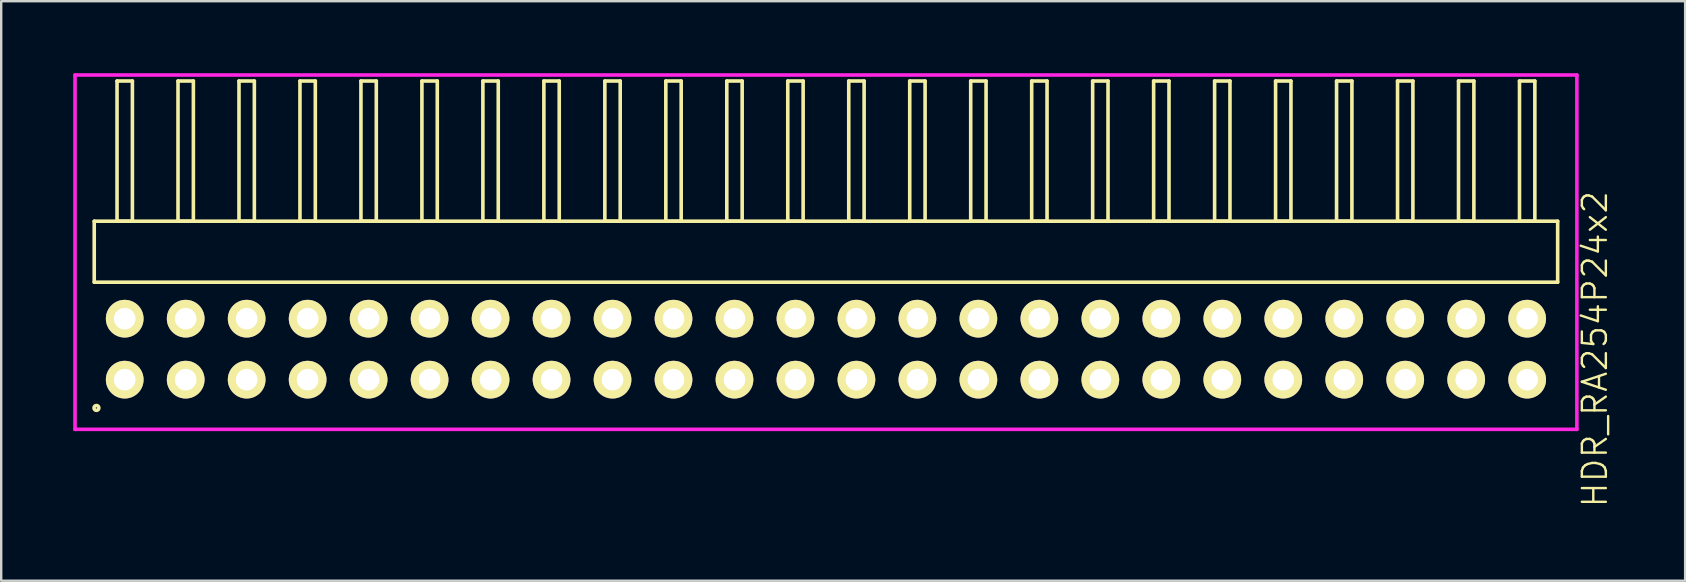
<source format=kicad_pcb>
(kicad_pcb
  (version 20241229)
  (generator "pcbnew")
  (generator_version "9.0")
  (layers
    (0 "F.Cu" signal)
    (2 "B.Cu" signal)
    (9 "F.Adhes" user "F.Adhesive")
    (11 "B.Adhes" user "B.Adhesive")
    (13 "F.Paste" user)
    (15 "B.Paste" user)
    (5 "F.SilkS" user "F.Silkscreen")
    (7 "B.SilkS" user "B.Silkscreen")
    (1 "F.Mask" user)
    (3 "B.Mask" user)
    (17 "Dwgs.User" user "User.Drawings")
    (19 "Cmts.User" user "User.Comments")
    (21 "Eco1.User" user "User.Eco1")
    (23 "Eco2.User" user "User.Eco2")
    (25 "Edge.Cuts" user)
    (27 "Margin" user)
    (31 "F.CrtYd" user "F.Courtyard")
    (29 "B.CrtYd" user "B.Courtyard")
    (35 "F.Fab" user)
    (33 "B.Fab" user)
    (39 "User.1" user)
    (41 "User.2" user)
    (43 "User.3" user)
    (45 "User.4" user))
  (footprint "HDR_RA254P24x2"
    (layer "F.Cu")
    (at 31.355 11.495)
    (property "Reference" "HDR_RA254P24x2" (at 32.03 0 90) (layer "F.SilkS") (effects (font (size 1 1) (thickness 0.1))))
    (attr through_hole)
    (fp_line (start -30.48 -5.33) (end -30.48 -2.79) (stroke (width 0.15) (type solid)) (layer "F.SilkS"))
    (fp_line (start -30.48 -2.79) (end 30.48 -2.79) (stroke (width 0.15) (type solid)) (layer "F.SilkS"))
    (fp_line (start -29.53 -11.17) (end -29.53 -5.33) (stroke (width 0.15) (type solid)) (layer "F.SilkS"))
    (fp_line (start -29.53 -5.33) (end -28.89 -5.33) (stroke (width 0.15) (type solid)) (layer "F.SilkS"))
    (fp_line (start -28.89 -11.17) (end -29.53 -11.17) (stroke (width 0.15) (type solid)) (layer "F.SilkS"))
    (fp_line (start -28.89 -5.33) (end -28.89 -11.17) (stroke (width 0.15) (type solid)) (layer "F.SilkS"))
    (fp_line (start -26.99 -11.17) (end -26.99 -5.33) (stroke (width 0.15) (type solid)) (layer "F.SilkS"))
    (fp_line (start -26.99 -5.33) (end -26.35 -5.33) (stroke (width 0.15) (type solid)) (layer "F.SilkS"))
    (fp_line (start -26.35 -11.17) (end -26.99 -11.17) (stroke (width 0.15) (type solid)) (layer "F.SilkS"))
    (fp_line (start -26.35 -5.33) (end -26.35 -11.17) (stroke (width 0.15) (type solid)) (layer "F.SilkS"))
    (fp_line (start -24.45 -11.17) (end -24.45 -5.33) (stroke (width 0.15) (type solid)) (layer "F.SilkS"))
    (fp_line (start -24.45 -5.33) (end -23.81 -5.33) (stroke (width 0.15) (type solid)) (layer "F.SilkS"))
    (fp_line (start -23.81 -11.17) (end -24.45 -11.17) (stroke (width 0.15) (type solid)) (layer "F.SilkS"))
    (fp_line (start -23.81 -5.33) (end -23.81 -11.17) (stroke (width 0.15) (type solid)) (layer "F.SilkS"))
    (fp_line (start -21.91 -11.17) (end -21.91 -5.33) (stroke (width 0.15) (type solid)) (layer "F.SilkS"))
    (fp_line (start -21.91 -5.33) (end -21.27 -5.33) (stroke (width 0.15) (type solid)) (layer "F.SilkS"))
    (fp_line (start -21.27 -11.17) (end -21.91 -11.17) (stroke (width 0.15) (type solid)) (layer "F.SilkS"))
    (fp_line (start -21.27 -5.33) (end -21.27 -11.17) (stroke (width 0.15) (type solid)) (layer "F.SilkS"))
    (fp_line (start -19.37 -11.17) (end -19.37 -5.33) (stroke (width 0.15) (type solid)) (layer "F.SilkS"))
    (fp_line (start -19.37 -5.33) (end -18.73 -5.33) (stroke (width 0.15) (type solid)) (layer "F.SilkS"))
    (fp_line (start -18.73 -11.17) (end -19.37 -11.17) (stroke (width 0.15) (type solid)) (layer "F.SilkS"))
    (fp_line (start -18.73 -5.33) (end -18.73 -11.17) (stroke (width 0.15) (type solid)) (layer "F.SilkS"))
    (fp_line (start -16.83 -11.17) (end -16.83 -5.33) (stroke (width 0.15) (type solid)) (layer "F.SilkS"))
    (fp_line (start -16.83 -5.33) (end -16.19 -5.33) (stroke (width 0.15) (type solid)) (layer "F.SilkS"))
    (fp_line (start -16.19 -11.17) (end -16.83 -11.17) (stroke (width 0.15) (type solid)) (layer "F.SilkS"))
    (fp_line (start -16.19 -5.33) (end -16.19 -11.17) (stroke (width 0.15) (type solid)) (layer "F.SilkS"))
    (fp_line (start -14.29 -11.17) (end -14.29 -5.33) (stroke (width 0.15) (type solid)) (layer "F.SilkS"))
    (fp_line (start -14.29 -5.33) (end -13.65 -5.33) (stroke (width 0.15) (type solid)) (layer "F.SilkS"))
    (fp_line (start -13.65 -11.17) (end -14.29 -11.17) (stroke (width 0.15) (type solid)) (layer "F.SilkS"))
    (fp_line (start -13.65 -5.33) (end -13.65 -11.17) (stroke (width 0.15) (type solid)) (layer "F.SilkS"))
    (fp_line (start -11.75 -11.17) (end -11.75 -5.33) (stroke (width 0.15) (type solid)) (layer "F.SilkS"))
    (fp_line (start -11.75 -5.33) (end -11.11 -5.33) (stroke (width 0.15) (type solid)) (layer "F.SilkS"))
    (fp_line (start -11.11 -11.17) (end -11.75 -11.17) (stroke (width 0.15) (type solid)) (layer "F.SilkS"))
    (fp_line (start -11.11 -5.33) (end -11.11 -11.17) (stroke (width 0.15) (type solid)) (layer "F.SilkS"))
    (fp_line (start -9.21 -11.17) (end -9.21 -5.33) (stroke (width 0.15) (type solid)) (layer "F.SilkS"))
    (fp_line (start -9.21 -5.33) (end -8.57 -5.33) (stroke (width 0.15) (type solid)) (layer "F.SilkS"))
    (fp_line (start -8.57 -11.17) (end -9.21 -11.17) (stroke (width 0.15) (type solid)) (layer "F.SilkS"))
    (fp_line (start -8.57 -5.33) (end -8.57 -11.17) (stroke (width 0.15) (type solid)) (layer "F.SilkS"))
    (fp_line (start -6.67 -11.17) (end -6.67 -5.33) (stroke (width 0.15) (type solid)) (layer "F.SilkS"))
    (fp_line (start -6.67 -5.33) (end -6.03 -5.33) (stroke (width 0.15) (type solid)) (layer "F.SilkS"))
    (fp_line (start -6.03 -11.17) (end -6.67 -11.17) (stroke (width 0.15) (type solid)) (layer "F.SilkS"))
    (fp_line (start -6.03 -5.33) (end -6.03 -11.17) (stroke (width 0.15) (type solid)) (layer "F.SilkS"))
    (fp_line (start -4.13 -11.17) (end -4.13 -5.33) (stroke (width 0.15) (type solid)) (layer "F.SilkS"))
    (fp_line (start -4.13 -5.33) (end -3.49 -5.33) (stroke (width 0.15) (type solid)) (layer "F.SilkS"))
    (fp_line (start -3.49 -11.17) (end -4.13 -11.17) (stroke (width 0.15) (type solid)) (layer "F.SilkS"))
    (fp_line (start -3.49 -5.33) (end -3.49 -11.17) (stroke (width 0.15) (type solid)) (layer "F.SilkS"))
    (fp_line (start -1.59 -11.17) (end -1.59 -5.33) (stroke (width 0.15) (type solid)) (layer "F.SilkS"))
    (fp_line (start -1.59 -5.33) (end -0.95 -5.33) (stroke (width 0.15) (type solid)) (layer "F.SilkS"))
    (fp_line (start -0.95 -11.17) (end -1.59 -11.17) (stroke (width 0.15) (type solid)) (layer "F.SilkS"))
    (fp_line (start -0.95 -5.33) (end -0.95 -11.17) (stroke (width 0.15) (type solid)) (layer "F.SilkS"))
    (fp_line (start 0.95 -11.17) (end 0.95 -5.33) (stroke (width 0.15) (type solid)) (layer "F.SilkS"))
    (fp_line (start 0.95 -5.33) (end 1.59 -5.33) (stroke (width 0.15) (type solid)) (layer "F.SilkS"))
    (fp_line (start 1.59 -11.17) (end 0.95 -11.17) (stroke (width 0.15) (type solid)) (layer "F.SilkS"))
    (fp_line (start 1.59 -5.33) (end 1.59 -11.17) (stroke (width 0.15) (type solid)) (layer "F.SilkS"))
    (fp_line (start 3.49 -11.17) (end 3.49 -5.33) (stroke (width 0.15) (type solid)) (layer "F.SilkS"))
    (fp_line (start 3.49 -5.33) (end 4.13 -5.33) (stroke (width 0.15) (type solid)) (layer "F.SilkS"))
    (fp_line (start 4.13 -11.17) (end 3.49 -11.17) (stroke (width 0.15) (type solid)) (layer "F.SilkS"))
    (fp_line (start 4.13 -5.33) (end 4.13 -11.17) (stroke (width 0.15) (type solid)) (layer "F.SilkS"))
    (fp_line (start 6.03 -11.17) (end 6.03 -5.33) (stroke (width 0.15) (type solid)) (layer "F.SilkS"))
    (fp_line (start 6.03 -5.33) (end 6.67 -5.33) (stroke (width 0.15) (type solid)) (layer "F.SilkS"))
    (fp_line (start 6.67 -11.17) (end 6.03 -11.17) (stroke (width 0.15) (type solid)) (layer "F.SilkS"))
    (fp_line (start 6.67 -5.33) (end 6.67 -11.17) (stroke (width 0.15) (type solid)) (layer "F.SilkS"))
    (fp_line (start 8.57 -11.17) (end 8.57 -5.33) (stroke (width 0.15) (type solid)) (layer "F.SilkS"))
    (fp_line (start 8.57 -5.33) (end 9.21 -5.33) (stroke (width 0.15) (type solid)) (layer "F.SilkS"))
    (fp_line (start 9.21 -11.17) (end 8.57 -11.17) (stroke (width 0.15) (type solid)) (layer "F.SilkS"))
    (fp_line (start 9.21 -5.33) (end 9.21 -11.17) (stroke (width 0.15) (type solid)) (layer "F.SilkS"))
    (fp_line (start 11.11 -11.17) (end 11.11 -5.33) (stroke (width 0.15) (type solid)) (layer "F.SilkS"))
    (fp_line (start 11.11 -5.33) (end 11.75 -5.33) (stroke (width 0.15) (type solid)) (layer "F.SilkS"))
    (fp_line (start 11.75 -11.17) (end 11.11 -11.17) (stroke (width 0.15) (type solid)) (layer "F.SilkS"))
    (fp_line (start 11.75 -5.33) (end 11.75 -11.17) (stroke (width 0.15) (type solid)) (layer "F.SilkS"))
    (fp_line (start 13.65 -11.17) (end 13.65 -5.33) (stroke (width 0.15) (type solid)) (layer "F.SilkS"))
    (fp_line (start 13.65 -5.33) (end 14.29 -5.33) (stroke (width 0.15) (type solid)) (layer "F.SilkS"))
    (fp_line (start 14.29 -11.17) (end 13.65 -11.17) (stroke (width 0.15) (type solid)) (layer "F.SilkS"))
    (fp_line (start 14.29 -5.33) (end 14.29 -11.17) (stroke (width 0.15) (type solid)) (layer "F.SilkS"))
    (fp_line (start 16.19 -11.17) (end 16.19 -5.33) (stroke (width 0.15) (type solid)) (layer "F.SilkS"))
    (fp_line (start 16.19 -5.33) (end 16.83 -5.33) (stroke (width 0.15) (type solid)) (layer "F.SilkS"))
    (fp_line (start 16.83 -11.17) (end 16.19 -11.17) (stroke (width 0.15) (type solid)) (layer "F.SilkS"))
    (fp_line (start 16.83 -5.33) (end 16.83 -11.17) (stroke (width 0.15) (type solid)) (layer "F.SilkS"))
    (fp_line (start 18.73 -11.17) (end 18.73 -5.33) (stroke (width 0.15) (type solid)) (layer "F.SilkS"))
    (fp_line (start 18.73 -5.33) (end 19.37 -5.33) (stroke (width 0.15) (type solid)) (layer "F.SilkS"))
    (fp_line (start 19.37 -11.17) (end 18.73 -11.17) (stroke (width 0.15) (type solid)) (layer "F.SilkS"))
    (fp_line (start 19.37 -5.33) (end 19.37 -11.17) (stroke (width 0.15) (type solid)) (layer "F.SilkS"))
    (fp_line (start 21.27 -11.17) (end 21.27 -5.33) (stroke (width 0.15) (type solid)) (layer "F.SilkS"))
    (fp_line (start 21.27 -5.33) (end 21.91 -5.33) (stroke (width 0.15) (type solid)) (layer "F.SilkS"))
    (fp_line (start 21.91 -11.17) (end 21.27 -11.17) (stroke (width 0.15) (type solid)) (layer "F.SilkS"))
    (fp_line (start 21.91 -5.33) (end 21.91 -11.17) (stroke (width 0.15) (type solid)) (layer "F.SilkS"))
    (fp_line (start 23.81 -11.17) (end 23.81 -5.33) (stroke (width 0.15) (type solid)) (layer "F.SilkS"))
    (fp_line (start 23.81 -5.33) (end 24.45 -5.33) (stroke (width 0.15) (type solid)) (layer "F.SilkS"))
    (fp_line (start 24.45 -11.17) (end 23.81 -11.17) (stroke (width 0.15) (type solid)) (layer "F.SilkS"))
    (fp_line (start 24.45 -5.33) (end 24.45 -11.17) (stroke (width 0.15) (type solid)) (layer "F.SilkS"))
    (fp_line (start 26.35 -11.17) (end 26.35 -5.33) (stroke (width 0.15) (type solid)) (layer "F.SilkS"))
    (fp_line (start 26.35 -5.33) (end 26.99 -5.33) (stroke (width 0.15) (type solid)) (layer "F.SilkS"))
    (fp_line (start 26.99 -11.17) (end 26.35 -11.17) (stroke (width 0.15) (type solid)) (layer "F.SilkS"))
    (fp_line (start 26.99 -5.33) (end 26.99 -11.17) (stroke (width 0.15) (type solid)) (layer "F.SilkS"))
    (fp_line (start 28.89 -11.17) (end 28.89 -5.33) (stroke (width 0.15) (type solid)) (layer "F.SilkS"))
    (fp_line (start 28.89 -5.33) (end 29.53 -5.33) (stroke (width 0.15) (type solid)) (layer "F.SilkS"))
    (fp_line (start 29.53 -11.17) (end 28.89 -11.17) (stroke (width 0.15) (type solid)) (layer "F.SilkS"))
    (fp_line (start 29.53 -5.33) (end 29.53 -11.17) (stroke (width 0.15) (type solid)) (layer "F.SilkS"))
    (fp_line (start 30.48 -5.33) (end -30.48 -5.33) (stroke (width 0.15) (type solid)) (layer "F.SilkS"))
    (fp_line (start 30.48 -2.79) (end 30.48 -5.33) (stroke (width 0.15) (type solid)) (layer "F.SilkS"))
    (fp_circle (center -30.388 2.448) (end -30.287 2.448) (stroke (width 0.15) (type solid)) (fill no) (layer "F.SilkS"))
    (fp_line (start -31.28 -11.42) (end -31.28 3.34) (stroke (width 0.15) (type solid)) (layer "F.CrtYd"))
    (fp_line (start -31.28 3.34) (end 31.28 3.34) (stroke (width 0.15) (type solid)) (layer "F.CrtYd"))
    (fp_line (start 31.28 -11.42) (end -31.28 -11.42) (stroke (width 0.15) (type solid)) (layer "F.CrtYd"))
    (fp_line (start 31.28 3.34) (end 31.28 -11.42) (stroke (width 0.15) (type solid)) (layer "F.CrtYd"))
    (pad "1" thru_hole oval (at -29.21 1.27) (size 1.57 1.57) (drill 0.9) (layers "*.Cu" "*.Mask" "F.SilkS"))
    (pad "2" thru_hole oval (at -29.21 -1.27) (size 1.57 1.57) (drill 0.9) (layers "*.Cu" "*.Mask" "F.SilkS"))
    (pad "3" thru_hole oval (at -26.67 1.27) (size 1.57 1.57) (drill 0.9) (layers "*.Cu" "*.Mask" "F.SilkS"))
    (pad "4" thru_hole oval (at -26.67 -1.27) (size 1.57 1.57) (drill 0.9) (layers "*.Cu" "*.Mask" "F.SilkS"))
    (pad "5" thru_hole oval (at -24.13 1.27) (size 1.57 1.57) (drill 0.9) (layers "*.Cu" "*.Mask" "F.SilkS"))
    (pad "6" thru_hole oval (at -24.13 -1.27) (size 1.57 1.57) (drill 0.9) (layers "*.Cu" "*.Mask" "F.SilkS"))
    (pad "7" thru_hole oval (at -21.59 1.27) (size 1.57 1.57) (drill 0.9) (layers "*.Cu" "*.Mask" "F.SilkS"))
    (pad "8" thru_hole oval (at -21.59 -1.27) (size 1.57 1.57) (drill 0.9) (layers "*.Cu" "*.Mask" "F.SilkS"))
    (pad "9" thru_hole oval (at -19.05 1.27) (size 1.57 1.57) (drill 0.9) (layers "*.Cu" "*.Mask" "F.SilkS"))
    (pad "10" thru_hole oval (at -19.05 -1.27) (size 1.57 1.57) (drill 0.9) (layers "*.Cu" "*.Mask" "F.SilkS"))
    (pad "11" thru_hole oval (at -16.51 1.27) (size 1.57 1.57) (drill 0.9) (layers "*.Cu" "*.Mask" "F.SilkS"))
    (pad "12" thru_hole oval (at -16.51 -1.27) (size 1.57 1.57) (drill 0.9) (layers "*.Cu" "*.Mask" "F.SilkS"))
    (pad "13" thru_hole oval (at -13.97 1.27) (size 1.57 1.57) (drill 0.9) (layers "*.Cu" "*.Mask" "F.SilkS"))
    (pad "14" thru_hole oval (at -13.97 -1.27) (size 1.57 1.57) (drill 0.9) (layers "*.Cu" "*.Mask" "F.SilkS"))
    (pad "15" thru_hole oval (at -11.43 1.27) (size 1.57 1.57) (drill 0.9) (layers "*.Cu" "*.Mask" "F.SilkS"))
    (pad "16" thru_hole oval (at -11.43 -1.27) (size 1.57 1.57) (drill 0.9) (layers "*.Cu" "*.Mask" "F.SilkS"))
    (pad "17" thru_hole oval (at -8.89 1.27) (size 1.57 1.57) (drill 0.9) (layers "*.Cu" "*.Mask" "F.SilkS"))
    (pad "18" thru_hole oval (at -8.89 -1.27) (size 1.57 1.57) (drill 0.9) (layers "*.Cu" "*.Mask" "F.SilkS"))
    (pad "19" thru_hole oval (at -6.35 1.27) (size 1.57 1.57) (drill 0.9) (layers "*.Cu" "*.Mask" "F.SilkS"))
    (pad "20" thru_hole oval (at -6.35 -1.27) (size 1.57 1.57) (drill 0.9) (layers "*.Cu" "*.Mask" "F.SilkS"))
    (pad "21" thru_hole oval (at -3.81 1.27) (size 1.57 1.57) (drill 0.9) (layers "*.Cu" "*.Mask" "F.SilkS"))
    (pad "22" thru_hole oval (at -3.81 -1.27) (size 1.57 1.57) (drill 0.9) (layers "*.Cu" "*.Mask" "F.SilkS"))
    (pad "23" thru_hole oval (at -1.27 1.27) (size 1.57 1.57) (drill 0.9) (layers "*.Cu" "*.Mask" "F.SilkS"))
    (pad "24" thru_hole oval (at -1.27 -1.27) (size 1.57 1.57) (drill 0.9) (layers "*.Cu" "*.Mask" "F.SilkS"))
    (pad "25" thru_hole oval (at 1.27 1.27) (size 1.57 1.57) (drill 0.9) (layers "*.Cu" "*.Mask" "F.SilkS"))
    (pad "26" thru_hole oval (at 1.27 -1.27) (size 1.57 1.57) (drill 0.9) (layers "*.Cu" "*.Mask" "F.SilkS"))
    (pad "27" thru_hole oval (at 3.81 1.27) (size 1.57 1.57) (drill 0.9) (layers "*.Cu" "*.Mask" "F.SilkS"))
    (pad "28" thru_hole oval (at 3.81 -1.27) (size 1.57 1.57) (drill 0.9) (layers "*.Cu" "*.Mask" "F.SilkS"))
    (pad "29" thru_hole oval (at 6.35 1.27) (size 1.57 1.57) (drill 0.9) (layers "*.Cu" "*.Mask" "F.SilkS"))
    (pad "30" thru_hole oval (at 6.35 -1.27) (size 1.57 1.57) (drill 0.9) (layers "*.Cu" "*.Mask" "F.SilkS"))
    (pad "31" thru_hole oval (at 8.89 1.27) (size 1.57 1.57) (drill 0.9) (layers "*.Cu" "*.Mask" "F.SilkS"))
    (pad "32" thru_hole oval (at 8.89 -1.27) (size 1.57 1.57) (drill 0.9) (layers "*.Cu" "*.Mask" "F.SilkS"))
    (pad "33" thru_hole oval (at 11.43 1.27) (size 1.57 1.57) (drill 0.9) (layers "*.Cu" "*.Mask" "F.SilkS"))
    (pad "34" thru_hole oval (at 11.43 -1.27) (size 1.57 1.57) (drill 0.9) (layers "*.Cu" "*.Mask" "F.SilkS"))
    (pad "35" thru_hole oval (at 13.97 1.27) (size 1.57 1.57) (drill 0.9) (layers "*.Cu" "*.Mask" "F.SilkS"))
    (pad "36" thru_hole oval (at 13.97 -1.27) (size 1.57 1.57) (drill 0.9) (layers "*.Cu" "*.Mask" "F.SilkS"))
    (pad "37" thru_hole oval (at 16.51 1.27) (size 1.57 1.57) (drill 0.9) (layers "*.Cu" "*.Mask" "F.SilkS"))
    (pad "38" thru_hole oval (at 16.51 -1.27) (size 1.57 1.57) (drill 0.9) (layers "*.Cu" "*.Mask" "F.SilkS"))
    (pad "39" thru_hole oval (at 19.05 1.27) (size 1.57 1.57) (drill 0.9) (layers "*.Cu" "*.Mask" "F.SilkS"))
    (pad "40" thru_hole oval (at 19.05 -1.27) (size 1.57 1.57) (drill 0.9) (layers "*.Cu" "*.Mask" "F.SilkS"))
    (pad "41" thru_hole oval (at 21.59 1.27) (size 1.57 1.57) (drill 0.9) (layers "*.Cu" "*.Mask" "F.SilkS"))
    (pad "42" thru_hole oval (at 21.59 -1.27) (size 1.57 1.57) (drill 0.9) (layers "*.Cu" "*.Mask" "F.SilkS"))
    (pad "43" thru_hole oval (at 24.13 1.27) (size 1.57 1.57) (drill 0.9) (layers "*.Cu" "*.Mask" "F.SilkS"))
    (pad "44" thru_hole oval (at 24.13 -1.27) (size 1.57 1.57) (drill 0.9) (layers "*.Cu" "*.Mask" "F.SilkS"))
    (pad "45" thru_hole oval (at 26.67 1.27) (size 1.57 1.57) (drill 0.9) (layers "*.Cu" "*.Mask" "F.SilkS"))
    (pad "46" thru_hole oval (at 26.67 -1.27) (size 1.57 1.57) (drill 0.9) (layers "*.Cu" "*.Mask" "F.SilkS"))
    (pad "47" thru_hole oval (at 29.21 1.27) (size 1.57 1.57) (drill 0.9) (layers "*.Cu" "*.Mask" "F.SilkS"))
    (pad "48" thru_hole oval (at 29.21 -1.27) (size 1.57 1.57) (drill 0.9) (layers "*.Cu" "*.Mask" "F.SilkS")))
  (gr_rect
    (start -3 -3)
    (end 67.145 21.14)
    (stroke (width 0.1) (type default))
    (fill no)
    (layer "Edge.Cuts")))
</source>
